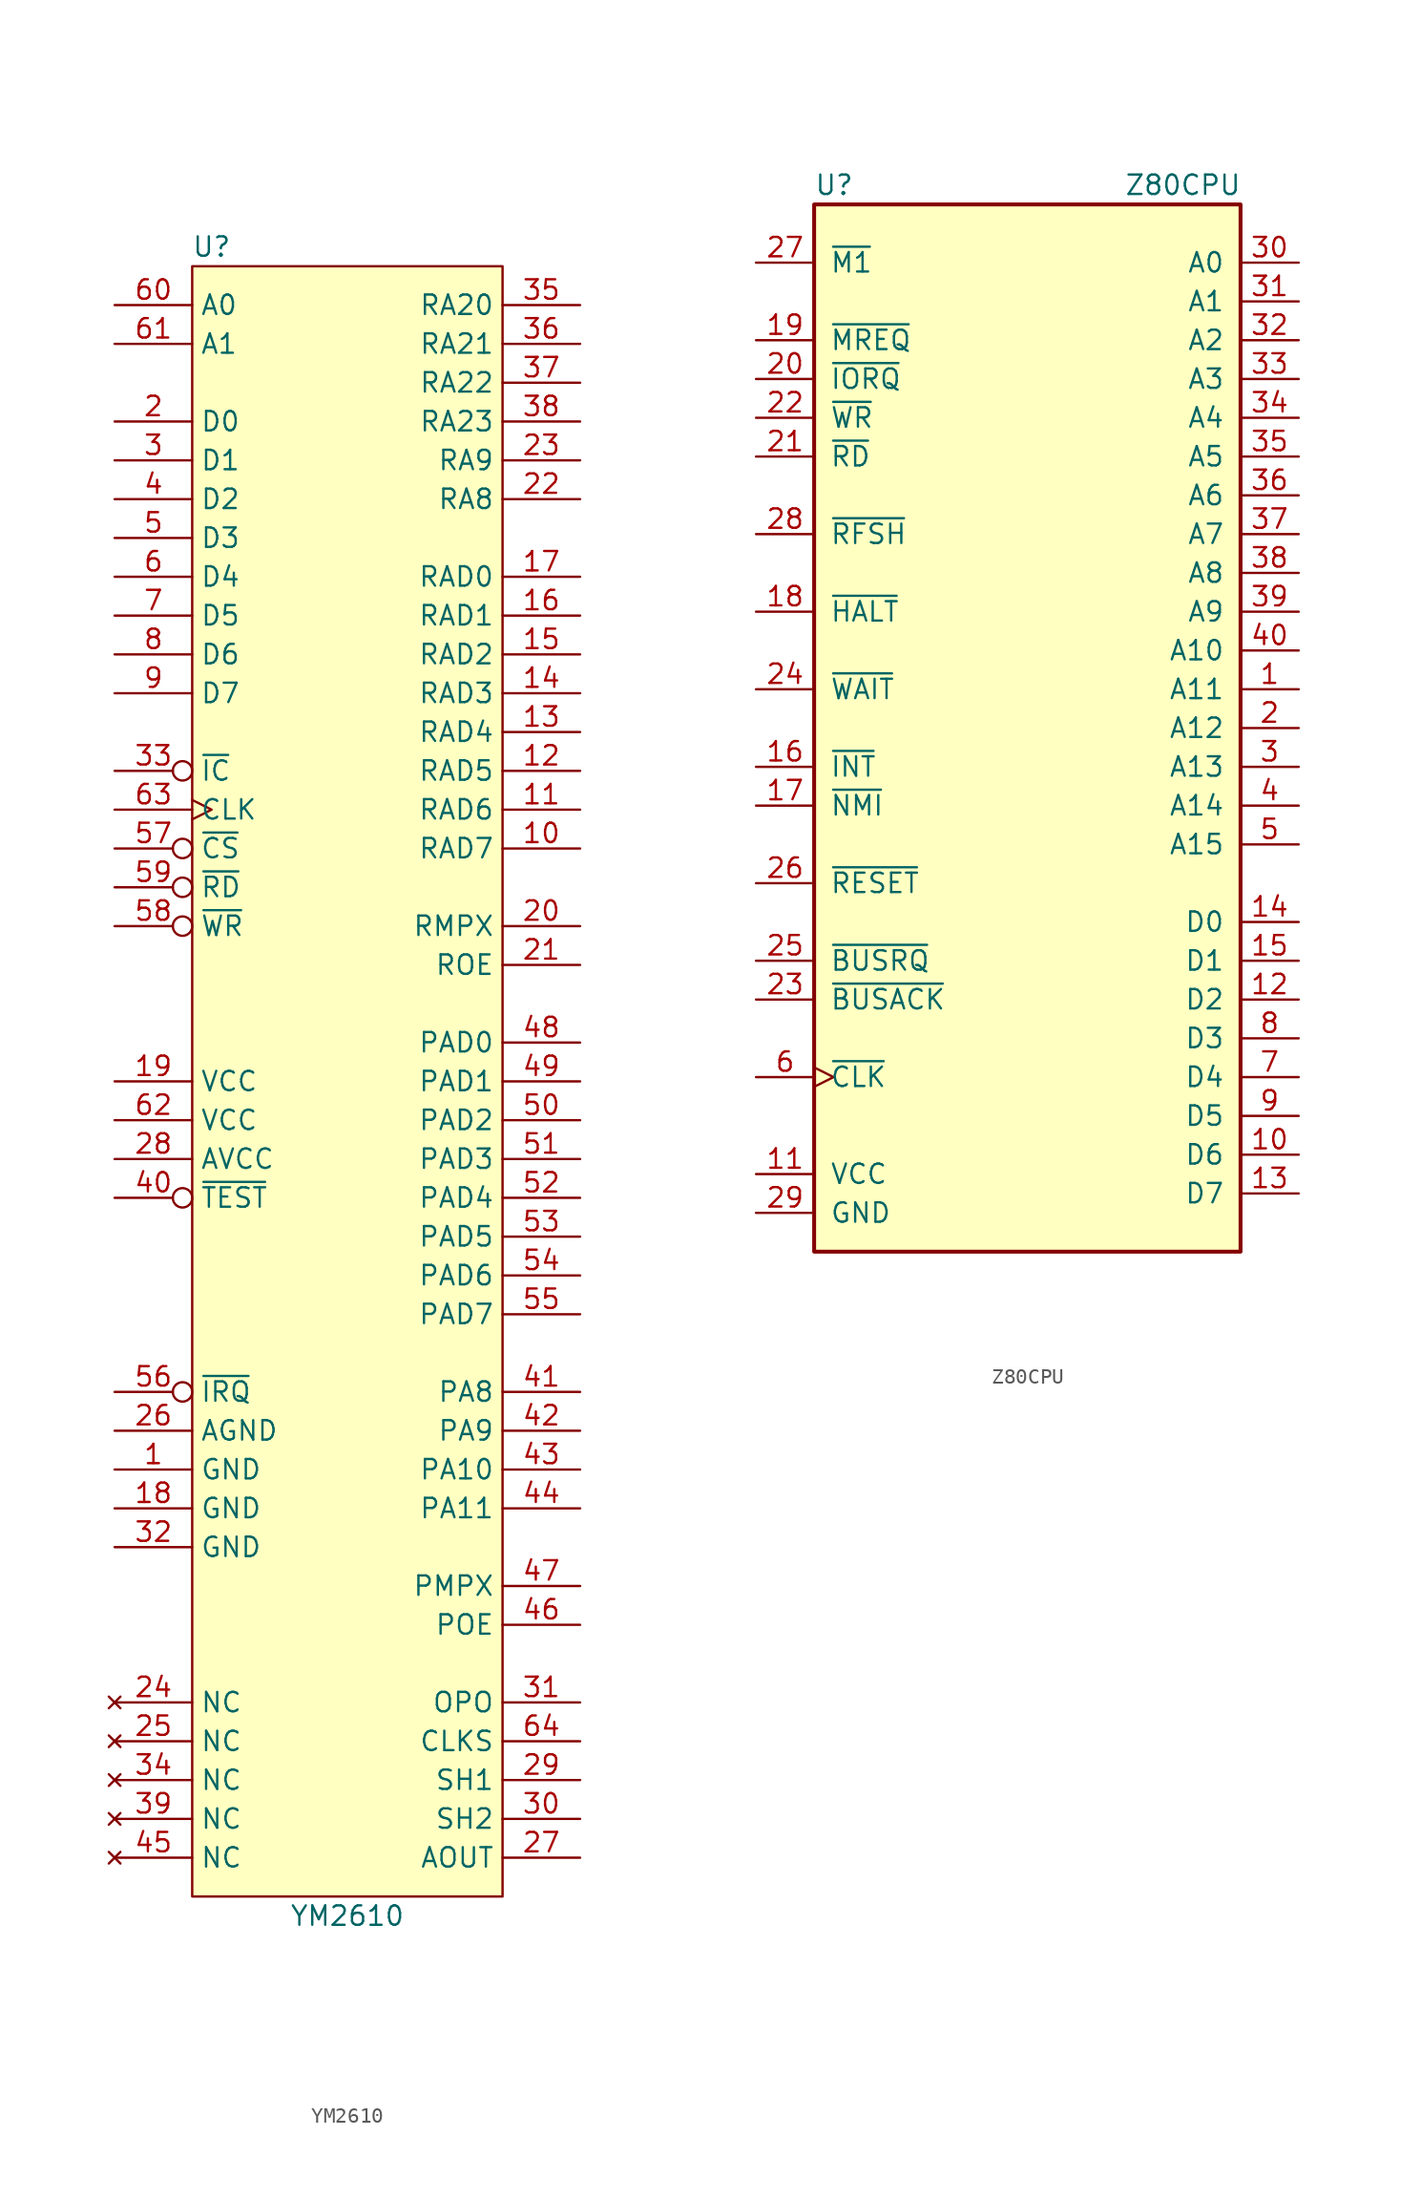
<source format=kicad_sym>
(kicad_symbol_lib
  (version 20211014)
  (generator kicad_symbol_editor)
  (symbol "YM2610"
    (property "Reference" "U"
      (at -8.89 59.69 0)
      (effects (font (size 1.27 1.27))))
    (property "Value" "YM2610"
      (at 0 -49.53 0)
      (effects (font (size 1.27 1.27))))
    (symbol "YM2610_1_1"
      (rectangle (start -10.16 58.42) (end 10.16 -48.26) (stroke (width 0) (type default) (color 0 0 0 0)) (fill (type background)))
      (pin power_in line (at -15.24 -20.32 0) (length 5.08) (name "GND" (effects (font (size 1.27 1.27)))) (number "1" (effects (font (size 1.27 1.27)))))
      (pin bidirectional line (at 15.24 20.32 180) (length 5.08) (name "RAD7" (effects (font (size 1.27 1.27)))) (number "10" (effects (font (size 1.27 1.27)))))
      (pin bidirectional line (at 15.24 22.86 180) (length 5.08) (name "RAD6" (effects (font (size 1.27 1.27)))) (number "11" (effects (font (size 1.27 1.27)))))
      (pin bidirectional line (at 15.24 25.4 180) (length 5.08) (name "RAD5" (effects (font (size 1.27 1.27)))) (number "12" (effects (font (size 1.27 1.27)))))
      (pin bidirectional line (at 15.24 27.94 180) (length 5.08) (name "RAD4" (effects (font (size 1.27 1.27)))) (number "13" (effects (font (size 1.27 1.27)))))
      (pin bidirectional line (at 15.24 30.48 180) (length 5.08) (name "RAD3" (effects (font (size 1.27 1.27)))) (number "14" (effects (font (size 1.27 1.27)))))
      (pin bidirectional line (at 15.24 33.02 180) (length 5.08) (name "RAD2" (effects (font (size 1.27 1.27)))) (number "15" (effects (font (size 1.27 1.27)))))
      (pin bidirectional line (at 15.24 35.56 180) (length 5.08) (name "RAD1" (effects (font (size 1.27 1.27)))) (number "16" (effects (font (size 1.27 1.27)))))
      (pin bidirectional line (at 15.24 38.1 180) (length 5.08) (name "RAD0" (effects (font (size 1.27 1.27)))) (number "17" (effects (font (size 1.27 1.27)))))
      (pin power_in line (at -15.24 -22.86 0) (length 5.08) (name "GND" (effects (font (size 1.27 1.27)))) (number "18" (effects (font (size 1.27 1.27)))))
      (pin power_in line (at -15.24 5.08 0) (length 5.08) (name "VCC" (effects (font (size 1.27 1.27)))) (number "19" (effects (font (size 1.27 1.27)))))
      (pin bidirectional line (at -15.24 48.26 0) (length 5.08) (name "D0" (effects (font (size 1.27 1.27)))) (number "2" (effects (font (size 1.27 1.27)))))
      (pin bidirectional line (at 15.24 15.24 180) (length 5.08) (name "RMPX" (effects (font (size 1.27 1.27)))) (number "20" (effects (font (size 1.27 1.27)))))
      (pin bidirectional line (at 15.24 12.7 180) (length 5.08) (name "ROE" (effects (font (size 1.27 1.27)))) (number "21" (effects (font (size 1.27 1.27)))))
      (pin bidirectional line (at 15.24 43.18 180) (length 5.08) (name "RA8" (effects (font (size 1.27 1.27)))) (number "22" (effects (font (size 1.27 1.27)))))
      (pin bidirectional line (at 15.24 45.72 180) (length 5.08) (name "RA9" (effects (font (size 1.27 1.27)))) (number "23" (effects (font (size 1.27 1.27)))))
      (pin no_connect line (at -15.24 -35.56 0) (length 5.08) (name "NC" (effects (font (size 1.27 1.27)))) (number "24" (effects (font (size 1.27 1.27)))))
      (pin no_connect line (at -15.24 -38.1 0) (length 5.08) (name "NC" (effects (font (size 1.27 1.27)))) (number "25" (effects (font (size 1.27 1.27)))))
      (pin power_in line (at -15.24 -17.78 0) (length 5.08) (name "AGND" (effects (font (size 1.27 1.27)))) (number "26" (effects (font (size 1.27 1.27)))))
      (pin bidirectional line (at 15.24 -45.72 180) (length 5.08) (name "AOUT" (effects (font (size 1.27 1.27)))) (number "27" (effects (font (size 1.27 1.27)))))
      (pin power_in line (at -15.24 0 0) (length 5.08) (name "AVCC" (effects (font (size 1.27 1.27)))) (number "28" (effects (font (size 1.27 1.27)))))
      (pin bidirectional line (at 15.24 -40.64 180) (length 5.08) (name "SH1" (effects (font (size 1.27 1.27)))) (number "29" (effects (font (size 1.27 1.27)))))
      (pin bidirectional line (at -15.24 45.72 0) (length 5.08) (name "D1" (effects (font (size 1.27 1.27)))) (number "3" (effects (font (size 1.27 1.27)))))
      (pin bidirectional line (at 15.24 -43.18 180) (length 5.08) (name "SH2" (effects (font (size 1.27 1.27)))) (number "30" (effects (font (size 1.27 1.27)))))
      (pin bidirectional line (at 15.24 -35.56 180) (length 5.08) (name "OPO" (effects (font (size 1.27 1.27)))) (number "31" (effects (font (size 1.27 1.27)))))
      (pin power_in line (at -15.24 -25.4 0) (length 5.08) (name "GND" (effects (font (size 1.27 1.27)))) (number "32" (effects (font (size 1.27 1.27)))))
      (pin bidirectional inverted (at -15.24 25.4 0) (length 5.08) (name "~{IC}" (effects (font (size 1.27 1.27)))) (number "33" (effects (font (size 1.27 1.27)))))
      (pin no_connect line (at -15.24 -40.64 0) (length 5.08) (name "NC" (effects (font (size 1.27 1.27)))) (number "34" (effects (font (size 1.27 1.27)))))
      (pin bidirectional line (at 15.24 55.88 180) (length 5.08) (name "RA20" (effects (font (size 1.27 1.27)))) (number "35" (effects (font (size 1.27 1.27)))))
      (pin bidirectional line (at 15.24 53.34 180) (length 5.08) (name "RA21" (effects (font (size 1.27 1.27)))) (number "36" (effects (font (size 1.27 1.27)))))
      (pin bidirectional line (at 15.24 50.8 180) (length 5.08) (name "RA22" (effects (font (size 1.27 1.27)))) (number "37" (effects (font (size 1.27 1.27)))))
      (pin bidirectional line (at 15.24 48.26 180) (length 5.08) (name "RA23" (effects (font (size 1.27 1.27)))) (number "38" (effects (font (size 1.27 1.27)))))
      (pin no_connect line (at -15.24 -43.18 0) (length 5.08) (name "NC" (effects (font (size 1.27 1.27)))) (number "39" (effects (font (size 1.27 1.27)))))
      (pin bidirectional line (at -15.24 43.18 0) (length 5.08) (name "D2" (effects (font (size 1.27 1.27)))) (number "4" (effects (font (size 1.27 1.27)))))
      (pin input inverted (at -15.24 -2.54 0) (length 5.08) (name "~{TEST}" (effects (font (size 1.27 1.27)))) (number "40" (effects (font (size 1.27 1.27)))))
      (pin bidirectional line (at 15.24 -15.24 180) (length 5.08) (name "PA8" (effects (font (size 1.27 1.27)))) (number "41" (effects (font (size 1.27 1.27)))))
      (pin bidirectional line (at 15.24 -17.78 180) (length 5.08) (name "PA9" (effects (font (size 1.27 1.27)))) (number "42" (effects (font (size 1.27 1.27)))))
      (pin bidirectional line (at 15.24 -20.32 180) (length 5.08) (name "PA10" (effects (font (size 1.27 1.27)))) (number "43" (effects (font (size 1.27 1.27)))))
      (pin bidirectional line (at 15.24 -22.86 180) (length 5.08) (name "PA11" (effects (font (size 1.27 1.27)))) (number "44" (effects (font (size 1.27 1.27)))))
      (pin no_connect line (at -15.24 -45.72 0) (length 5.08) (name "NC" (effects (font (size 1.27 1.27)))) (number "45" (effects (font (size 1.27 1.27)))))
      (pin bidirectional line (at 15.24 -30.48 180) (length 5.08) (name "POE" (effects (font (size 1.27 1.27)))) (number "46" (effects (font (size 1.27 1.27)))))
      (pin bidirectional line (at 15.24 -27.94 180) (length 5.08) (name "PMPX" (effects (font (size 1.27 1.27)))) (number "47" (effects (font (size 1.27 1.27)))))
      (pin bidirectional line (at 15.24 7.62 180) (length 5.08) (name "PAD0" (effects (font (size 1.27 1.27)))) (number "48" (effects (font (size 1.27 1.27)))))
      (pin bidirectional line (at 15.24 5.08 180) (length 5.08) (name "PAD1" (effects (font (size 1.27 1.27)))) (number "49" (effects (font (size 1.27 1.27)))))
      (pin bidirectional line (at -15.24 40.64 0) (length 5.08) (name "D3" (effects (font (size 1.27 1.27)))) (number "5" (effects (font (size 1.27 1.27)))))
      (pin bidirectional line (at 15.24 2.54 180) (length 5.08) (name "PAD2" (effects (font (size 1.27 1.27)))) (number "50" (effects (font (size 1.27 1.27)))))
      (pin bidirectional line (at 15.24 0 180) (length 5.08) (name "PAD3" (effects (font (size 1.27 1.27)))) (number "51" (effects (font (size 1.27 1.27)))))
      (pin bidirectional line (at 15.24 -2.54 180) (length 5.08) (name "PAD4" (effects (font (size 1.27 1.27)))) (number "52" (effects (font (size 1.27 1.27)))))
      (pin bidirectional line (at 15.24 -5.08 180) (length 5.08) (name "PAD5" (effects (font (size 1.27 1.27)))) (number "53" (effects (font (size 1.27 1.27)))))
      (pin bidirectional line (at 15.24 -7.62 180) (length 5.08) (name "PAD6" (effects (font (size 1.27 1.27)))) (number "54" (effects (font (size 1.27 1.27)))))
      (pin bidirectional line (at 15.24 -10.16 180) (length 5.08) (name "PAD7" (effects (font (size 1.27 1.27)))) (number "55" (effects (font (size 1.27 1.27)))))
      (pin bidirectional inverted (at -15.24 -15.24 0) (length 5.08) (name "~{IRQ}" (effects (font (size 1.27 1.27)))) (number "56" (effects (font (size 1.27 1.27)))))
      (pin bidirectional inverted (at -15.24 20.32 0) (length 5.08) (name "~{CS}" (effects (font (size 1.27 1.27)))) (number "57" (effects (font (size 1.27 1.27)))))
      (pin bidirectional inverted (at -15.24 15.24 0) (length 5.08) (name "~{WR}" (effects (font (size 1.27 1.27)))) (number "58" (effects (font (size 1.27 1.27)))))
      (pin bidirectional inverted (at -15.24 17.78 0) (length 5.08) (name "~{RD}" (effects (font (size 1.27 1.27)))) (number "59" (effects (font (size 1.27 1.27)))))
      (pin bidirectional line (at -15.24 38.1 0) (length 5.08) (name "D4" (effects (font (size 1.27 1.27)))) (number "6" (effects (font (size 1.27 1.27)))))
      (pin bidirectional line (at -15.24 55.88 0) (length 5.08) (name "A0" (effects (font (size 1.27 1.27)))) (number "60" (effects (font (size 1.27 1.27)))))
      (pin bidirectional line (at -15.24 53.34 0) (length 5.08) (name "A1" (effects (font (size 1.27 1.27)))) (number "61" (effects (font (size 1.27 1.27)))))
      (pin power_in line (at -15.24 2.54 0) (length 5.08) (name "VCC" (effects (font (size 1.27 1.27)))) (number "62" (effects (font (size 1.27 1.27)))))
      (pin bidirectional clock (at -15.24 22.86 0) (length 5.08) (name "CLK" (effects (font (size 1.27 1.27)))) (number "63" (effects (font (size 1.27 1.27)))))
      (pin bidirectional line (at 15.24 -38.1 180) (length 5.08) (name "CLKS" (effects (font (size 1.27 1.27)))) (number "64" (effects (font (size 1.27 1.27)))))
      (pin bidirectional line (at -15.24 35.56 0) (length 5.08) (name "D5" (effects (font (size 1.27 1.27)))) (number "7" (effects (font (size 1.27 1.27)))))
      (pin bidirectional line (at -15.24 33.02 0) (length 5.08) (name "D6" (effects (font (size 1.27 1.27)))) (number "8" (effects (font (size 1.27 1.27)))))
      (pin bidirectional line (at -15.24 30.48 0) (length 5.08) (name "D7" (effects (font (size 1.27 1.27)))) (number "9" (effects (font (size 1.27 1.27)))))))
  (symbol "Z80CPU"
    (pin_names
      (offset 1.016))
    (property "Reference" "U"
      (at -13.97 35.56 0)
      (effects (font (size 1.27 1.27)) (justify left)))
    (property "Value" "Z80CPU"
      (at 6.35 35.56 0)
      (effects (font (size 1.27 1.27)) (justify left)))
    (symbol "Z80CPU_0_1"
      (rectangle (start -13.97 34.29) (end 13.97 -34.29) (stroke (width 0.254) (type default) (color 0 0 0 0)) (fill (type background))))
    (symbol "Z80CPU_1_1"
      (pin output line (at 17.78 2.54 180) (length 3.81) (name "A11" (effects (font (size 1.27 1.27)))) (number "1" (effects (font (size 1.27 1.27)))))
      (pin bidirectional line (at 17.78 -27.94 180) (length 3.81) (name "D6" (effects (font (size 1.27 1.27)))) (number "10" (effects (font (size 1.27 1.27)))))
      (pin power_in line (at -17.78 -29.21 0) (length 3.81) (name "VCC" (effects (font (size 1.27 1.27)))) (number "11" (effects (font (size 1.27 1.27)))))
      (pin bidirectional line (at 17.78 -17.78 180) (length 3.81) (name "D2" (effects (font (size 1.27 1.27)))) (number "12" (effects (font (size 1.27 1.27)))))
      (pin bidirectional line (at 17.78 -30.48 180) (length 3.81) (name "D7" (effects (font (size 1.27 1.27)))) (number "13" (effects (font (size 1.27 1.27)))))
      (pin bidirectional line (at 17.78 -12.7 180) (length 3.81) (name "D0" (effects (font (size 1.27 1.27)))) (number "14" (effects (font (size 1.27 1.27)))))
      (pin bidirectional line (at 17.78 -15.24 180) (length 3.81) (name "D1" (effects (font (size 1.27 1.27)))) (number "15" (effects (font (size 1.27 1.27)))))
      (pin input line (at -17.78 -2.54 0) (length 3.81) (name "~{INT}" (effects (font (size 1.27 1.27)))) (number "16" (effects (font (size 1.27 1.27)))))
      (pin input line (at -17.78 -5.08 0) (length 3.81) (name "~{NMI}" (effects (font (size 1.27 1.27)))) (number "17" (effects (font (size 1.27 1.27)))))
      (pin output line (at -17.78 7.62 0) (length 3.81) (name "~{HALT}" (effects (font (size 1.27 1.27)))) (number "18" (effects (font (size 1.27 1.27)))))
      (pin output line (at -17.78 25.4 0) (length 3.81) (name "~{MREQ}" (effects (font (size 1.27 1.27)))) (number "19" (effects (font (size 1.27 1.27)))))
      (pin output line (at 17.78 0 180) (length 3.81) (name "A12" (effects (font (size 1.27 1.27)))) (number "2" (effects (font (size 1.27 1.27)))))
      (pin output line (at -17.78 22.86 0) (length 3.81) (name "~{IORQ}" (effects (font (size 1.27 1.27)))) (number "20" (effects (font (size 1.27 1.27)))))
      (pin output line (at -17.78 17.78 0) (length 3.81) (name "~{RD}" (effects (font (size 1.27 1.27)))) (number "21" (effects (font (size 1.27 1.27)))))
      (pin output line (at -17.78 20.32 0) (length 3.81) (name "~{WR}" (effects (font (size 1.27 1.27)))) (number "22" (effects (font (size 1.27 1.27)))))
      (pin output line (at -17.78 -17.78 0) (length 3.81) (name "~{BUSACK}" (effects (font (size 1.27 1.27)))) (number "23" (effects (font (size 1.27 1.27)))))
      (pin input line (at -17.78 2.54 0) (length 3.81) (name "~{WAIT}" (effects (font (size 1.27 1.27)))) (number "24" (effects (font (size 1.27 1.27)))))
      (pin input line (at -17.78 -15.24 0) (length 3.81) (name "~{BUSRQ}" (effects (font (size 1.27 1.27)))) (number "25" (effects (font (size 1.27 1.27)))))
      (pin input line (at -17.78 -10.16 0) (length 3.81) (name "~{RESET}" (effects (font (size 1.27 1.27)))) (number "26" (effects (font (size 1.27 1.27)))))
      (pin output line (at -17.78 30.48 0) (length 3.81) (name "~{M1}" (effects (font (size 1.27 1.27)))) (number "27" (effects (font (size 1.27 1.27)))))
      (pin output line (at -17.78 12.7 0) (length 3.81) (name "~{RFSH}" (effects (font (size 1.27 1.27)))) (number "28" (effects (font (size 1.27 1.27)))))
      (pin power_in line (at -17.78 -31.75 0) (length 3.81) (name "GND" (effects (font (size 1.27 1.27)))) (number "29" (effects (font (size 1.27 1.27)))))
      (pin output line (at 17.78 -2.54 180) (length 3.81) (name "A13" (effects (font (size 1.27 1.27)))) (number "3" (effects (font (size 1.27 1.27)))))
      (pin output line (at 17.78 30.48 180) (length 3.81) (name "A0" (effects (font (size 1.27 1.27)))) (number "30" (effects (font (size 1.27 1.27)))))
      (pin output line (at 17.78 27.94 180) (length 3.81) (name "A1" (effects (font (size 1.27 1.27)))) (number "31" (effects (font (size 1.27 1.27)))))
      (pin output line (at 17.78 25.4 180) (length 3.81) (name "A2" (effects (font (size 1.27 1.27)))) (number "32" (effects (font (size 1.27 1.27)))))
      (pin output line (at 17.78 22.86 180) (length 3.81) (name "A3" (effects (font (size 1.27 1.27)))) (number "33" (effects (font (size 1.27 1.27)))))
      (pin output line (at 17.78 20.32 180) (length 3.81) (name "A4" (effects (font (size 1.27 1.27)))) (number "34" (effects (font (size 1.27 1.27)))))
      (pin output line (at 17.78 17.78 180) (length 3.81) (name "A5" (effects (font (size 1.27 1.27)))) (number "35" (effects (font (size 1.27 1.27)))))
      (pin output line (at 17.78 15.24 180) (length 3.81) (name "A6" (effects (font (size 1.27 1.27)))) (number "36" (effects (font (size 1.27 1.27)))))
      (pin output line (at 17.78 12.7 180) (length 3.81) (name "A7" (effects (font (size 1.27 1.27)))) (number "37" (effects (font (size 1.27 1.27)))))
      (pin output line (at 17.78 10.16 180) (length 3.81) (name "A8" (effects (font (size 1.27 1.27)))) (number "38" (effects (font (size 1.27 1.27)))))
      (pin output line (at 17.78 7.62 180) (length 3.81) (name "A9" (effects (font (size 1.27 1.27)))) (number "39" (effects (font (size 1.27 1.27)))))
      (pin output line (at 17.78 -5.08 180) (length 3.81) (name "A14" (effects (font (size 1.27 1.27)))) (number "4" (effects (font (size 1.27 1.27)))))
      (pin output line (at 17.78 5.08 180) (length 3.81) (name "A10" (effects (font (size 1.27 1.27)))) (number "40" (effects (font (size 1.27 1.27)))))
      (pin output line (at 17.78 -7.62 180) (length 3.81) (name "A15" (effects (font (size 1.27 1.27)))) (number "5" (effects (font (size 1.27 1.27)))))
      (pin input clock (at -17.78 -22.86 0) (length 3.81) (name "~{CLK}" (effects (font (size 1.27 1.27)))) (number "6" (effects (font (size 1.27 1.27)))))
      (pin bidirectional line (at 17.78 -22.86 180) (length 3.81) (name "D4" (effects (font (size 1.27 1.27)))) (number "7" (effects (font (size 1.27 1.27)))))
      (pin bidirectional line (at 17.78 -20.32 180) (length 3.81) (name "D3" (effects (font (size 1.27 1.27)))) (number "8" (effects (font (size 1.27 1.27)))))
      (pin bidirectional line (at 17.78 -25.4 180) (length 3.81) (name "D5" (effects (font (size 1.27 1.27)))) (number "9" (effects (font (size 1.27 1.27))))))))
</source>
